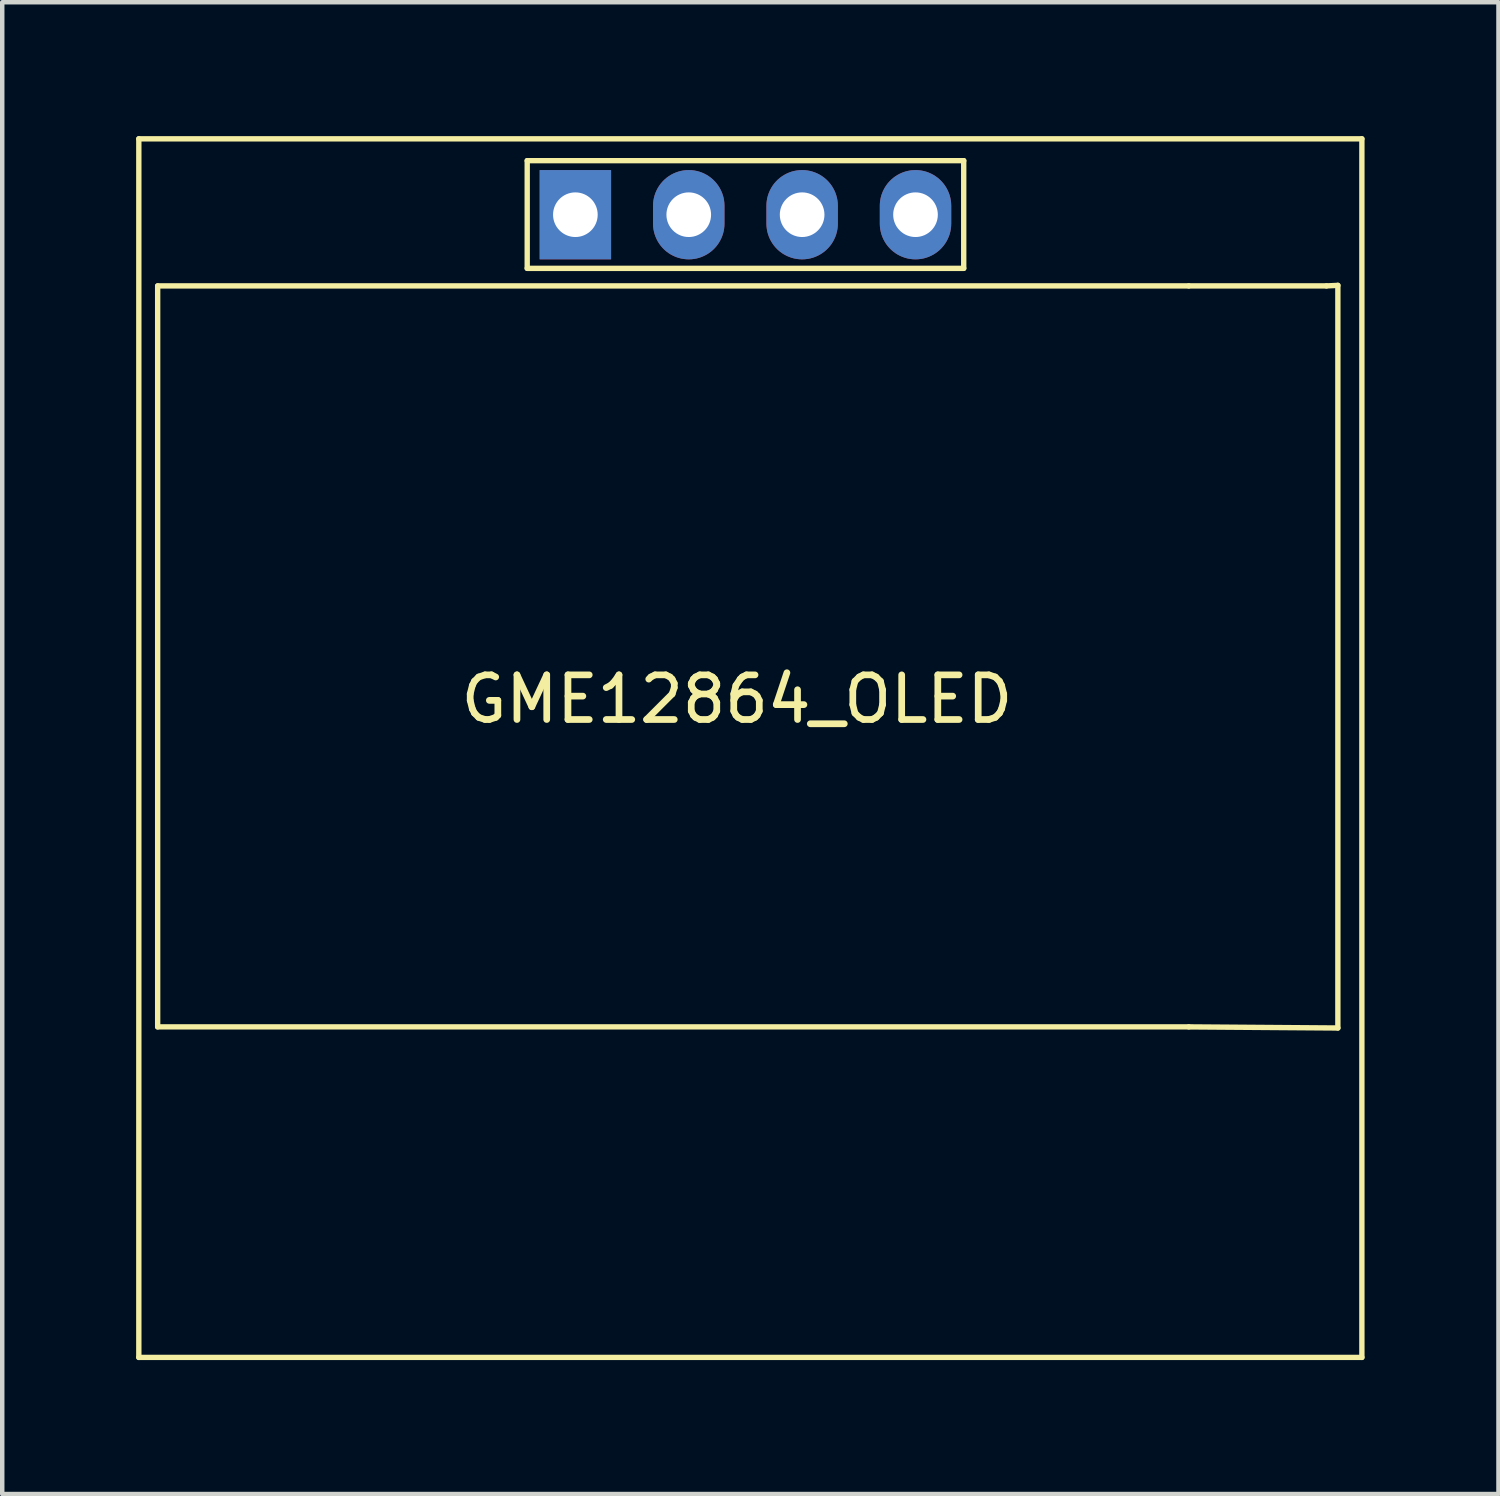
<source format=kicad_pcb>
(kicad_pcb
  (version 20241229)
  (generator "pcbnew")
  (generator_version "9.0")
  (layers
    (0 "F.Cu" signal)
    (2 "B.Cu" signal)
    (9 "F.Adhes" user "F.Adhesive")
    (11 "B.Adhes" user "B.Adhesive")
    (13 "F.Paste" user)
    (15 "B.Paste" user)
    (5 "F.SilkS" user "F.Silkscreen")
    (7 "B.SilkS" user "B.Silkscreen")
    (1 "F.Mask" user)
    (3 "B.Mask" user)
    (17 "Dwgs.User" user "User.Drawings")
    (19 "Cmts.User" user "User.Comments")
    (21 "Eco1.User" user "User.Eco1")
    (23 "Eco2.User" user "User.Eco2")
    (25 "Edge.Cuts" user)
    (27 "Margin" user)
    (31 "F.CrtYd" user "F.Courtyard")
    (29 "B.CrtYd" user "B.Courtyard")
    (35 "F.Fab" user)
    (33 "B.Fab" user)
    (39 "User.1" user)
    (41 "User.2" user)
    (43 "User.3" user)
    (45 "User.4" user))
  (footprint "GME12864_OLED"
    (layer "F.Cu")
    (at 13.46 12.36)
    (property "Reference" "GME12864_OLED" (at 0 0.254 0) (layer "F.SilkS") (effects (font (size 1 1) (thickness 0.15))))
    (attr through_hole)
    (fp_line (start -13.4 -12.3) (end 14 -12.3) (stroke (width 0.12) (type solid)) (layer "F.SilkS"))
    (fp_line (start -13.4 15) (end -13.4 -12.3) (stroke (width 0.12) (type solid)) (layer "F.SilkS"))
    (fp_line (start -12.978 -9.005) (end 10.122 -9.005) (stroke (width 0.12) (type solid)) (layer "F.SilkS"))
    (fp_line (start -12.978 7.595) (end -12.978 -9.005) (stroke (width 0.12) (type solid)) (layer "F.SilkS"))
    (fp_line (start -4.699 -11.811) (end -4.699 -9.398) (stroke (width 0.12) (type solid)) (layer "F.SilkS"))
    (fp_line (start -4.699 -11.811) (end 5.08 -11.811) (stroke (width 0.12) (type solid)) (layer "F.SilkS"))
    (fp_line (start 5.08 -11.811) (end 5.08 -9.398) (stroke (width 0.12) (type solid)) (layer "F.SilkS"))
    (fp_line (start 5.08 -9.398) (end -4.699 -9.398) (stroke (width 0.12) (type solid)) (layer "F.SilkS"))
    (fp_line (start 10.122 -9.005) (end 13.208 -9.005) (stroke (width 0.12) (type solid)) (layer "F.SilkS"))
    (fp_line (start 10.122 7.595) (end -12.978 7.595) (stroke (width 0.12) (type solid)) (layer "F.SilkS"))
    (fp_line (start 10.122 7.595) (end 13.462 7.62) (stroke (width 0.12) (type solid)) (layer "F.SilkS"))
    (fp_line (start 13.462 -9.017) (end 13.208 -9.005) (stroke (width 0.12) (type solid)) (layer "F.SilkS"))
    (fp_line (start 13.462 7.62) (end 13.462 -9.017) (stroke (width 0.12) (type solid)) (layer "F.SilkS"))
    (fp_line (start 14 -12.3) (end 14 15) (stroke (width 0.12) (type solid)) (layer "F.SilkS"))
    (fp_line (start 14 15) (end -13.4 15) (stroke (width 0.12) (type solid)) (layer "F.SilkS"))
    (pad "1" thru_hole rect (at -3.62 -10.6 90) (size 2 1.6) (drill 1) (layers "*.Cu" "*.Mask"))
    (pad "2" thru_hole oval (at -1.08 -10.6 90) (size 2 1.6) (drill 1) (layers "*.Cu" "*.Mask"))
    (pad "3" thru_hole oval (at 1.46 -10.6 90) (size 2 1.6) (drill 1) (layers "*.Cu" "*.Mask"))
    (pad "4" thru_hole oval (at 4 -10.6 90) (size 2 1.6) (drill 1) (layers "*.Cu" "*.Mask")))
  (gr_rect
    (start -3 -3)
    (end 30.52 30.42)
    (stroke (width 0.1) (type default))
    (fill no)
    (layer "Edge.Cuts")))
</source>
